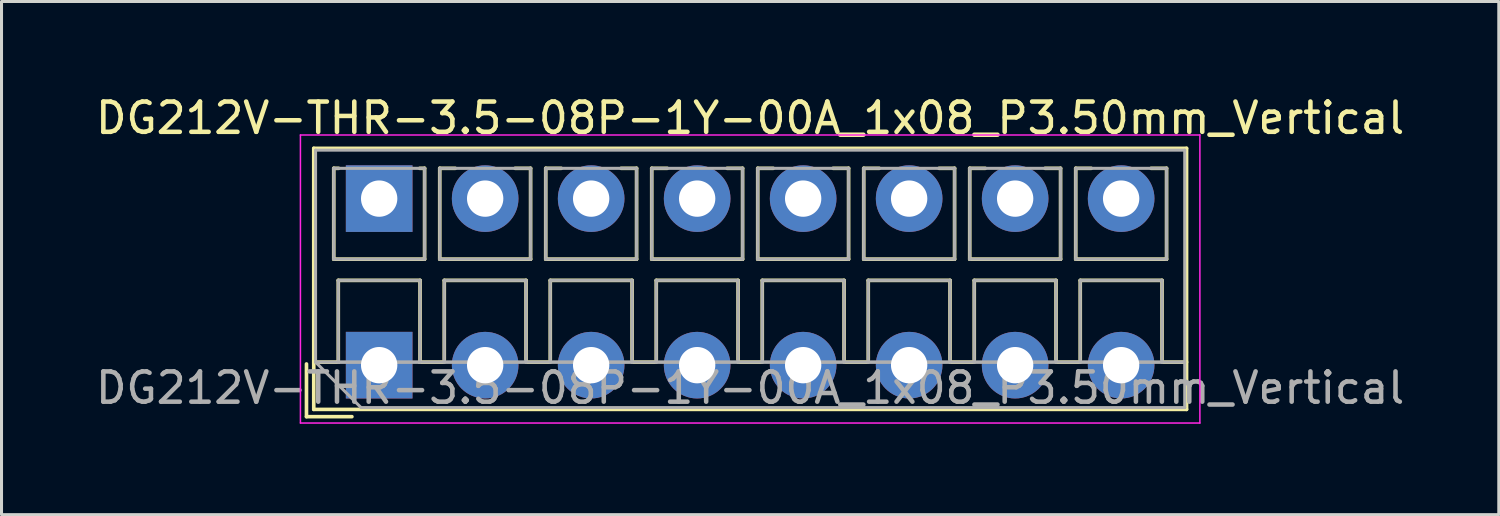
<source format=kicad_pcb>
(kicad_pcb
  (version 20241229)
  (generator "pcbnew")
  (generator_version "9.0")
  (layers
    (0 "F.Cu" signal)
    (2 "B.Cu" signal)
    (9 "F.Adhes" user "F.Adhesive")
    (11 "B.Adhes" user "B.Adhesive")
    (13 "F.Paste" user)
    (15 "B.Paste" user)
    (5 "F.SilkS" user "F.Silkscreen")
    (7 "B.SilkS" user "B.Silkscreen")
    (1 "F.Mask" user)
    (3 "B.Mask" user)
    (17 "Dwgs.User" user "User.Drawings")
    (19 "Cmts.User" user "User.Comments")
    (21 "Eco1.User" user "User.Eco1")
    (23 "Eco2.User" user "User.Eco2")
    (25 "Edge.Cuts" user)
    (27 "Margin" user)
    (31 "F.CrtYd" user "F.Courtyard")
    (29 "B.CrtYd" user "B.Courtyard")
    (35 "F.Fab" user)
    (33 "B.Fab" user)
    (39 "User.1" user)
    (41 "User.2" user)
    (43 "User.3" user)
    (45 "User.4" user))
  (footprint "DG212V-THR-3.5-08P-1Y-00A_1x08_P3.50mm_Vertical"
    (layer "F.Cu")
    (at 9.47 9.008)
    (property "Reference" "DG212V-THR-3.5-08P-1Y-00A_1x08_P3.50mm_Vertical" (at 12.25 -8.16 0) (layer "F.SilkS") (effects (font (size 1 1) (thickness 0.15))))
    (attr through_hole)
    (fp_line (start -2.4 -0.04) (end -2.4 1.7) (stroke (width 0.12) (type solid)) (layer "F.SilkS"))
    (fp_line (start -2.4 1.7) (end -0.9 1.7) (stroke (width 0.12) (type solid)) (layer "F.SilkS"))
    (fp_line (start -2.16 -7.16) (end -2.16 1.46) (stroke (width 0.12) (type solid)) (layer "F.SilkS"))
    (fp_line (start -2.16 -7.16) (end 26.66 -7.16) (stroke (width 0.12) (type solid)) (layer "F.SilkS"))
    (fp_line (start -2.16 -0.1) (end -1.34 -0.1) (stroke (width 0.12) (type solid)) (layer "F.SilkS"))
    (fp_line (start -2.16 1.46) (end 26.66 1.46) (stroke (width 0.12) (type solid)) (layer "F.SilkS"))
    (fp_line (start -1.5 -6.5) (end -1.5 -3.5) (stroke (width 0.12) (type solid)) (layer "F.SilkS"))
    (fp_line (start -1.5 -6.5) (end -1.34 -6.5) (stroke (width 0.12) (type solid)) (layer "F.SilkS"))
    (fp_line (start -1.5 -3.5) (end 1.5 -3.5) (stroke (width 0.12) (type solid)) (layer "F.SilkS"))
    (fp_line (start -1.35 -2.8) (end -1.35 -0.1) (stroke (width 0.12) (type solid)) (layer "F.SilkS"))
    (fp_line (start -1.35 -2.8) (end 1.35 -2.8) (stroke (width 0.12) (type solid)) (layer "F.SilkS"))
    (fp_line (start -1.35 -0.1) (end -1.34 -0.1) (stroke (width 0.12) (type solid)) (layer "F.SilkS"))
    (fp_line (start 1.34 -6.5) (end 1.5 -6.5) (stroke (width 0.12) (type solid)) (layer "F.SilkS"))
    (fp_line (start 1.34 -0.1) (end 1.35 -0.1) (stroke (width 0.12) (type solid)) (layer "F.SilkS"))
    (fp_line (start 1.34 -0.1) (end 2.148 -0.1) (stroke (width 0.12) (type solid)) (layer "F.SilkS"))
    (fp_line (start 1.35 -2.8) (end 1.35 -0.1) (stroke (width 0.12) (type solid)) (layer "F.SilkS"))
    (fp_line (start 1.5 -6.5) (end 1.5 -3.5) (stroke (width 0.12) (type solid)) (layer "F.SilkS"))
    (fp_line (start 2 -6.5) (end 2 -3.5) (stroke (width 0.12) (type solid)) (layer "F.SilkS"))
    (fp_line (start 2 -6.5) (end 2.512 -6.5) (stroke (width 0.12) (type solid)) (layer "F.SilkS"))
    (fp_line (start 2 -3.5) (end 5 -3.5) (stroke (width 0.12) (type solid)) (layer "F.SilkS"))
    (fp_line (start 2.15 -2.8) (end 2.15 -0.183) (stroke (width 0.12) (type solid)) (layer "F.SilkS"))
    (fp_line (start 2.15 -2.8) (end 4.85 -2.8) (stroke (width 0.12) (type solid)) (layer "F.SilkS"))
    (fp_line (start 4.489 -6.5) (end 5 -6.5) (stroke (width 0.12) (type solid)) (layer "F.SilkS"))
    (fp_line (start 4.85 -2.8) (end 4.85 -0.183) (stroke (width 0.12) (type solid)) (layer "F.SilkS"))
    (fp_line (start 4.853 -0.1) (end 5.648 -0.1) (stroke (width 0.12) (type solid)) (layer "F.SilkS"))
    (fp_line (start 5 -6.5) (end 5 -3.5) (stroke (width 0.12) (type solid)) (layer "F.SilkS"))
    (fp_line (start 5.5 -6.5) (end 5.5 -3.5) (stroke (width 0.12) (type solid)) (layer "F.SilkS"))
    (fp_line (start 5.5 -6.5) (end 6.012 -6.5) (stroke (width 0.12) (type solid)) (layer "F.SilkS"))
    (fp_line (start 5.5 -3.5) (end 8.5 -3.5) (stroke (width 0.12) (type solid)) (layer "F.SilkS"))
    (fp_line (start 5.65 -2.8) (end 5.65 -0.183) (stroke (width 0.12) (type solid)) (layer "F.SilkS"))
    (fp_line (start 5.65 -2.8) (end 8.351 -2.8) (stroke (width 0.12) (type solid)) (layer "F.SilkS"))
    (fp_line (start 7.989 -6.5) (end 8.5 -6.5) (stroke (width 0.12) (type solid)) (layer "F.SilkS"))
    (fp_line (start 8.351 -2.8) (end 8.351 -0.183) (stroke (width 0.12) (type solid)) (layer "F.SilkS"))
    (fp_line (start 8.353 -0.1) (end 9.148 -0.1) (stroke (width 0.12) (type solid)) (layer "F.SilkS"))
    (fp_line (start 8.5 -6.5) (end 8.5 -3.5) (stroke (width 0.12) (type solid)) (layer "F.SilkS"))
    (fp_line (start 9 -6.5) (end 9 -3.5) (stroke (width 0.12) (type solid)) (layer "F.SilkS"))
    (fp_line (start 9 -6.5) (end 9.512 -6.5) (stroke (width 0.12) (type solid)) (layer "F.SilkS"))
    (fp_line (start 9 -3.5) (end 12 -3.5) (stroke (width 0.12) (type solid)) (layer "F.SilkS"))
    (fp_line (start 9.15 -2.8) (end 9.15 -0.183) (stroke (width 0.12) (type solid)) (layer "F.SilkS"))
    (fp_line (start 9.15 -2.8) (end 11.851 -2.8) (stroke (width 0.12) (type solid)) (layer "F.SilkS"))
    (fp_line (start 11.489 -6.5) (end 12 -6.5) (stroke (width 0.12) (type solid)) (layer "F.SilkS"))
    (fp_line (start 11.851 -2.8) (end 11.851 -0.183) (stroke (width 0.12) (type solid)) (layer "F.SilkS"))
    (fp_line (start 11.853 -0.1) (end 12.648 -0.1) (stroke (width 0.12) (type solid)) (layer "F.SilkS"))
    (fp_line (start 12 -6.5) (end 12 -3.5) (stroke (width 0.12) (type solid)) (layer "F.SilkS"))
    (fp_line (start 12.5 -6.5) (end 12.5 -3.5) (stroke (width 0.12) (type solid)) (layer "F.SilkS"))
    (fp_line (start 12.5 -6.5) (end 13.012 -6.5) (stroke (width 0.12) (type solid)) (layer "F.SilkS"))
    (fp_line (start 12.5 -3.5) (end 15.5 -3.5) (stroke (width 0.12) (type solid)) (layer "F.SilkS"))
    (fp_line (start 12.65 -2.8) (end 12.65 -0.183) (stroke (width 0.12) (type solid)) (layer "F.SilkS"))
    (fp_line (start 12.65 -2.8) (end 15.351 -2.8) (stroke (width 0.12) (type solid)) (layer "F.SilkS"))
    (fp_line (start 14.989 -6.5) (end 15.5 -6.5) (stroke (width 0.12) (type solid)) (layer "F.SilkS"))
    (fp_line (start 15.351 -2.8) (end 15.351 -0.183) (stroke (width 0.12) (type solid)) (layer "F.SilkS"))
    (fp_line (start 15.353 -0.1) (end 16.148 -0.1) (stroke (width 0.12) (type solid)) (layer "F.SilkS"))
    (fp_line (start 15.5 -6.5) (end 15.5 -3.5) (stroke (width 0.12) (type solid)) (layer "F.SilkS"))
    (fp_line (start 16 -6.5) (end 16 -3.5) (stroke (width 0.12) (type solid)) (layer "F.SilkS"))
    (fp_line (start 16 -6.5) (end 16.512 -6.5) (stroke (width 0.12) (type solid)) (layer "F.SilkS"))
    (fp_line (start 16 -3.5) (end 19 -3.5) (stroke (width 0.12) (type solid)) (layer "F.SilkS"))
    (fp_line (start 16.15 -2.8) (end 16.15 -0.183) (stroke (width 0.12) (type solid)) (layer "F.SilkS"))
    (fp_line (start 16.15 -2.8) (end 18.85 -2.8) (stroke (width 0.12) (type solid)) (layer "F.SilkS"))
    (fp_line (start 18.489 -6.5) (end 19 -6.5) (stroke (width 0.12) (type solid)) (layer "F.SilkS"))
    (fp_line (start 18.85 -2.8) (end 18.85 -0.183) (stroke (width 0.12) (type solid)) (layer "F.SilkS"))
    (fp_line (start 18.853 -0.1) (end 19.648 -0.1) (stroke (width 0.12) (type solid)) (layer "F.SilkS"))
    (fp_line (start 19 -6.5) (end 19 -3.5) (stroke (width 0.12) (type solid)) (layer "F.SilkS"))
    (fp_line (start 19.5 -6.5) (end 19.5 -3.5) (stroke (width 0.12) (type solid)) (layer "F.SilkS"))
    (fp_line (start 19.5 -6.5) (end 20.012 -6.5) (stroke (width 0.12) (type solid)) (layer "F.SilkS"))
    (fp_line (start 19.5 -3.5) (end 22.5 -3.5) (stroke (width 0.12) (type solid)) (layer "F.SilkS"))
    (fp_line (start 19.65 -2.8) (end 19.65 -0.183) (stroke (width 0.12) (type solid)) (layer "F.SilkS"))
    (fp_line (start 19.65 -2.8) (end 22.35 -2.8) (stroke (width 0.12) (type solid)) (layer "F.SilkS"))
    (fp_line (start 21.989 -6.5) (end 22.5 -6.5) (stroke (width 0.12) (type solid)) (layer "F.SilkS"))
    (fp_line (start 22.35 -2.8) (end 22.35 -0.183) (stroke (width 0.12) (type solid)) (layer "F.SilkS"))
    (fp_line (start 22.353 -0.1) (end 23.148 -0.1) (stroke (width 0.12) (type solid)) (layer "F.SilkS"))
    (fp_line (start 22.5 -6.5) (end 22.5 -3.5) (stroke (width 0.12) (type solid)) (layer "F.SilkS"))
    (fp_line (start 23 -6.5) (end 23 -3.5) (stroke (width 0.12) (type solid)) (layer "F.SilkS"))
    (fp_line (start 23 -6.5) (end 23.512 -6.5) (stroke (width 0.12) (type solid)) (layer "F.SilkS"))
    (fp_line (start 23 -3.5) (end 26 -3.5) (stroke (width 0.12) (type solid)) (layer "F.SilkS"))
    (fp_line (start 23.15 -2.8) (end 23.15 -0.183) (stroke (width 0.12) (type solid)) (layer "F.SilkS"))
    (fp_line (start 23.15 -2.8) (end 25.85 -2.8) (stroke (width 0.12) (type solid)) (layer "F.SilkS"))
    (fp_line (start 25.489 -6.5) (end 26 -6.5) (stroke (width 0.12) (type solid)) (layer "F.SilkS"))
    (fp_line (start 25.85 -2.8) (end 25.85 -0.183) (stroke (width 0.12) (type solid)) (layer "F.SilkS"))
    (fp_line (start 25.853 -0.1) (end 26.66 -0.1) (stroke (width 0.12) (type solid)) (layer "F.SilkS"))
    (fp_line (start 26 -6.5) (end 26 -3.5) (stroke (width 0.12) (type solid)) (layer "F.SilkS"))
    (fp_line (start 26.66 -7.16) (end 26.66 1.46) (stroke (width 0.12) (type solid)) (layer "F.SilkS"))
    (fp_line (start -2.6 -7.6) (end -2.6 1.91) (stroke (width 0.05) (type solid)) (layer "F.CrtYd"))
    (fp_line (start -2.6 1.91) (end 27.1 1.91) (stroke (width 0.05) (type solid)) (layer "F.CrtYd"))
    (fp_line (start 27.1 -7.6) (end -2.6 -7.6) (stroke (width 0.05) (type solid)) (layer "F.CrtYd"))
    (fp_line (start 27.1 1.91) (end 27.1 -7.6) (stroke (width 0.05) (type solid)) (layer "F.CrtYd"))
    (fp_line (start -2.1 -7.1) (end 26.6 -7.1) (stroke (width 0.1) (type solid)) (layer "F.Fab"))
    (fp_line (start -2.1 -0.1) (end -2.1 -7.1) (stroke (width 0.1) (type solid)) (layer "F.Fab"))
    (fp_line (start -2.1 -0.1) (end 26.6 -0.1) (stroke (width 0.1) (type solid)) (layer "F.Fab"))
    (fp_line (start -1.5 -6.5) (end -1.5 -3.5) (stroke (width 0.1) (type solid)) (layer "F.Fab"))
    (fp_line (start -1.5 -3.5) (end 1.5 -3.5) (stroke (width 0.1) (type solid)) (layer "F.Fab"))
    (fp_line (start -1.35 -2.8) (end -1.35 -0.1) (stroke (width 0.1) (type solid)) (layer "F.Fab"))
    (fp_line (start -1.35 -0.1) (end 1.35 -0.1) (stroke (width 0.1) (type solid)) (layer "F.Fab"))
    (fp_line (start -0.6 1.4) (end -2.1 -0.1) (stroke (width 0.1) (type solid)) (layer "F.Fab"))
    (fp_line (start 1.35 -2.8) (end -1.35 -2.8) (stroke (width 0.1) (type solid)) (layer "F.Fab"))
    (fp_line (start 1.35 -0.1) (end 1.35 -2.8) (stroke (width 0.1) (type solid)) (layer "F.Fab"))
    (fp_line (start 1.5 -6.5) (end -1.5 -6.5) (stroke (width 0.1) (type solid)) (layer "F.Fab"))
    (fp_line (start 1.5 -3.5) (end 1.5 -6.5) (stroke (width 0.1) (type solid)) (layer "F.Fab"))
    (fp_line (start 2 -6.5) (end 2 -3.5) (stroke (width 0.1) (type solid)) (layer "F.Fab"))
    (fp_line (start 2 -3.5) (end 5 -3.5) (stroke (width 0.1) (type solid)) (layer "F.Fab"))
    (fp_line (start 2.15 -2.8) (end 2.15 -0.1) (stroke (width 0.1) (type solid)) (layer "F.Fab"))
    (fp_line (start 2.15 -0.1) (end 4.85 -0.1) (stroke (width 0.1) (type solid)) (layer "F.Fab"))
    (fp_line (start 4.85 -2.8) (end 2.15 -2.8) (stroke (width 0.1) (type solid)) (layer "F.Fab"))
    (fp_line (start 4.85 -0.1) (end 4.85 -2.8) (stroke (width 0.1) (type solid)) (layer "F.Fab"))
    (fp_line (start 5 -6.5) (end 2 -6.5) (stroke (width 0.1) (type solid)) (layer "F.Fab"))
    (fp_line (start 5 -3.5) (end 5 -6.5) (stroke (width 0.1) (type solid)) (layer "F.Fab"))
    (fp_line (start 5.5 -6.5) (end 5.5 -3.5) (stroke (width 0.1) (type solid)) (layer "F.Fab"))
    (fp_line (start 5.5 -3.5) (end 8.5 -3.5) (stroke (width 0.1) (type solid)) (layer "F.Fab"))
    (fp_line (start 5.65 -2.8) (end 5.65 -0.1) (stroke (width 0.1) (type solid)) (layer "F.Fab"))
    (fp_line (start 5.65 -0.1) (end 8.351 -0.1) (stroke (width 0.1) (type solid)) (layer "F.Fab"))
    (fp_line (start 8.351 -2.8) (end 5.65 -2.8) (stroke (width 0.1) (type solid)) (layer "F.Fab"))
    (fp_line (start 8.351 -0.1) (end 8.351 -2.8) (stroke (width 0.1) (type solid)) (layer "F.Fab"))
    (fp_line (start 8.5 -6.5) (end 5.5 -6.5) (stroke (width 0.1) (type solid)) (layer "F.Fab"))
    (fp_line (start 8.5 -3.5) (end 8.5 -6.5) (stroke (width 0.1) (type solid)) (layer "F.Fab"))
    (fp_line (start 9 -6.5) (end 9 -3.5) (stroke (width 0.1) (type solid)) (layer "F.Fab"))
    (fp_line (start 9 -3.5) (end 12 -3.5) (stroke (width 0.1) (type solid)) (layer "F.Fab"))
    (fp_line (start 9.15 -2.8) (end 9.15 -0.1) (stroke (width 0.1) (type solid)) (layer "F.Fab"))
    (fp_line (start 9.15 -0.1) (end 11.851 -0.1) (stroke (width 0.1) (type solid)) (layer "F.Fab"))
    (fp_line (start 11.851 -2.8) (end 9.15 -2.8) (stroke (width 0.1) (type solid)) (layer "F.Fab"))
    (fp_line (start 11.851 -0.1) (end 11.851 -2.8) (stroke (width 0.1) (type solid)) (layer "F.Fab"))
    (fp_line (start 12 -6.5) (end 9 -6.5) (stroke (width 0.1) (type solid)) (layer "F.Fab"))
    (fp_line (start 12 -3.5) (end 12 -6.5) (stroke (width 0.1) (type solid)) (layer "F.Fab"))
    (fp_line (start 12.5 -6.5) (end 12.5 -3.5) (stroke (width 0.1) (type solid)) (layer "F.Fab"))
    (fp_line (start 12.5 -3.5) (end 15.5 -3.5) (stroke (width 0.1) (type solid)) (layer "F.Fab"))
    (fp_line (start 12.65 -2.8) (end 12.65 -0.1) (stroke (width 0.1) (type solid)) (layer "F.Fab"))
    (fp_line (start 12.65 -0.1) (end 15.351 -0.1) (stroke (width 0.1) (type solid)) (layer "F.Fab"))
    (fp_line (start 15.351 -2.8) (end 12.65 -2.8) (stroke (width 0.1) (type solid)) (layer "F.Fab"))
    (fp_line (start 15.351 -0.1) (end 15.351 -2.8) (stroke (width 0.1) (type solid)) (layer "F.Fab"))
    (fp_line (start 15.5 -6.5) (end 12.5 -6.5) (stroke (width 0.1) (type solid)) (layer "F.Fab"))
    (fp_line (start 15.5 -3.5) (end 15.5 -6.5) (stroke (width 0.1) (type solid)) (layer "F.Fab"))
    (fp_line (start 16 -6.5) (end 16 -3.5) (stroke (width 0.1) (type solid)) (layer "F.Fab"))
    (fp_line (start 16 -3.5) (end 19 -3.5) (stroke (width 0.1) (type solid)) (layer "F.Fab"))
    (fp_line (start 16.15 -2.8) (end 16.15 -0.1) (stroke (width 0.1) (type solid)) (layer "F.Fab"))
    (fp_line (start 16.15 -0.1) (end 18.85 -0.1) (stroke (width 0.1) (type solid)) (layer "F.Fab"))
    (fp_line (start 18.85 -2.8) (end 16.15 -2.8) (stroke (width 0.1) (type solid)) (layer "F.Fab"))
    (fp_line (start 18.85 -0.1) (end 18.85 -2.8) (stroke (width 0.1) (type solid)) (layer "F.Fab"))
    (fp_line (start 19 -6.5) (end 16 -6.5) (stroke (width 0.1) (type solid)) (layer "F.Fab"))
    (fp_line (start 19 -3.5) (end 19 -6.5) (stroke (width 0.1) (type solid)) (layer "F.Fab"))
    (fp_line (start 19.5 -6.5) (end 19.5 -3.5) (stroke (width 0.1) (type solid)) (layer "F.Fab"))
    (fp_line (start 19.5 -3.5) (end 22.5 -3.5) (stroke (width 0.1) (type solid)) (layer "F.Fab"))
    (fp_line (start 19.65 -2.8) (end 19.65 -0.1) (stroke (width 0.1) (type solid)) (layer "F.Fab"))
    (fp_line (start 19.65 -0.1) (end 22.35 -0.1) (stroke (width 0.1) (type solid)) (layer "F.Fab"))
    (fp_line (start 22.35 -2.8) (end 19.65 -2.8) (stroke (width 0.1) (type solid)) (layer "F.Fab"))
    (fp_line (start 22.35 -0.1) (end 22.35 -2.8) (stroke (width 0.1) (type solid)) (layer "F.Fab"))
    (fp_line (start 22.5 -6.5) (end 19.5 -6.5) (stroke (width 0.1) (type solid)) (layer "F.Fab"))
    (fp_line (start 22.5 -3.5) (end 22.5 -6.5) (stroke (width 0.1) (type solid)) (layer "F.Fab"))
    (fp_line (start 23 -6.5) (end 23 -3.5) (stroke (width 0.1) (type solid)) (layer "F.Fab"))
    (fp_line (start 23 -3.5) (end 26 -3.5) (stroke (width 0.1) (type solid)) (layer "F.Fab"))
    (fp_line (start 23.15 -2.8) (end 23.15 -0.1) (stroke (width 0.1) (type solid)) (layer "F.Fab"))
    (fp_line (start 23.15 -0.1) (end 25.85 -0.1) (stroke (width 0.1) (type solid)) (layer "F.Fab"))
    (fp_line (start 25.85 -2.8) (end 23.15 -2.8) (stroke (width 0.1) (type solid)) (layer "F.Fab"))
    (fp_line (start 25.85 -0.1) (end 25.85 -2.8) (stroke (width 0.1) (type solid)) (layer "F.Fab"))
    (fp_line (start 26 -6.5) (end 23 -6.5) (stroke (width 0.1) (type solid)) (layer "F.Fab"))
    (fp_line (start 26 -3.5) (end 26 -6.5) (stroke (width 0.1) (type solid)) (layer "F.Fab"))
    (fp_line (start 26.6 -7.1) (end 26.6 1.4) (stroke (width 0.1) (type solid)) (layer "F.Fab"))
    (fp_line (start 26.6 1.4) (end -0.6 1.4) (stroke (width 0.1) (type solid)) (layer "F.Fab"))
    (fp_text user "${REFERENCE}" (at 12.25 0.75 0) (layer "F.Fab") (effects (font (size 1 1) (thickness 0.15))))
    (pad "1" thru_hole rect (at 0 -5.5) (size 2.2 2.2) (drill 1.2) (layers "*.Cu" "*.Mask"))
    (pad "1" thru_hole rect (at 0 0) (size 2.2 2.2) (drill 1.2) (layers "*.Cu" "*.Mask"))
    (pad "2" thru_hole circle (at 3.5 -5.5) (size 2.2 2.2) (drill 1.2) (layers "*.Cu" "*.Mask"))
    (pad "2" thru_hole circle (at 3.5 0) (size 2.2 2.2) (drill 1.2) (layers "*.Cu" "*.Mask"))
    (pad "3" thru_hole circle (at 7 -5.5) (size 2.2 2.2) (drill 1.2) (layers "*.Cu" "*.Mask"))
    (pad "3" thru_hole circle (at 7 0) (size 2.2 2.2) (drill 1.2) (layers "*.Cu" "*.Mask"))
    (pad "4" thru_hole circle (at 10.5 -5.5) (size 2.2 2.2) (drill 1.2) (layers "*.Cu" "*.Mask"))
    (pad "4" thru_hole circle (at 10.5 0) (size 2.2 2.2) (drill 1.2) (layers "*.Cu" "*.Mask"))
    (pad "5" thru_hole circle (at 14 -5.5) (size 2.2 2.2) (drill 1.2) (layers "*.Cu" "*.Mask"))
    (pad "5" thru_hole circle (at 14 0) (size 2.2 2.2) (drill 1.2) (layers "*.Cu" "*.Mask"))
    (pad "6" thru_hole circle (at 17.5 -5.5) (size 2.2 2.2) (drill 1.2) (layers "*.Cu" "*.Mask"))
    (pad "6" thru_hole circle (at 17.5 0) (size 2.2 2.2) (drill 1.2) (layers "*.Cu" "*.Mask"))
    (pad "7" thru_hole circle (at 21 -5.5) (size 2.2 2.2) (drill 1.2) (layers "*.Cu" "*.Mask"))
    (pad "7" thru_hole circle (at 21 0) (size 2.2 2.2) (drill 1.2) (layers "*.Cu" "*.Mask"))
    (pad "8" thru_hole circle (at 24.5 -5.5) (size 2.2 2.2) (drill 1.2) (layers "*.Cu" "*.Mask"))
    (pad "8" thru_hole circle (at 24.5 0) (size 2.2 2.2) (drill 1.2) (layers "*.Cu" "*.Mask")))
  (gr_rect
    (start -3 -3)
    (end 46.44 13.943)
    (stroke (width 0.1) (type default))
    (fill no)
    (layer "Edge.Cuts")))
</source>
